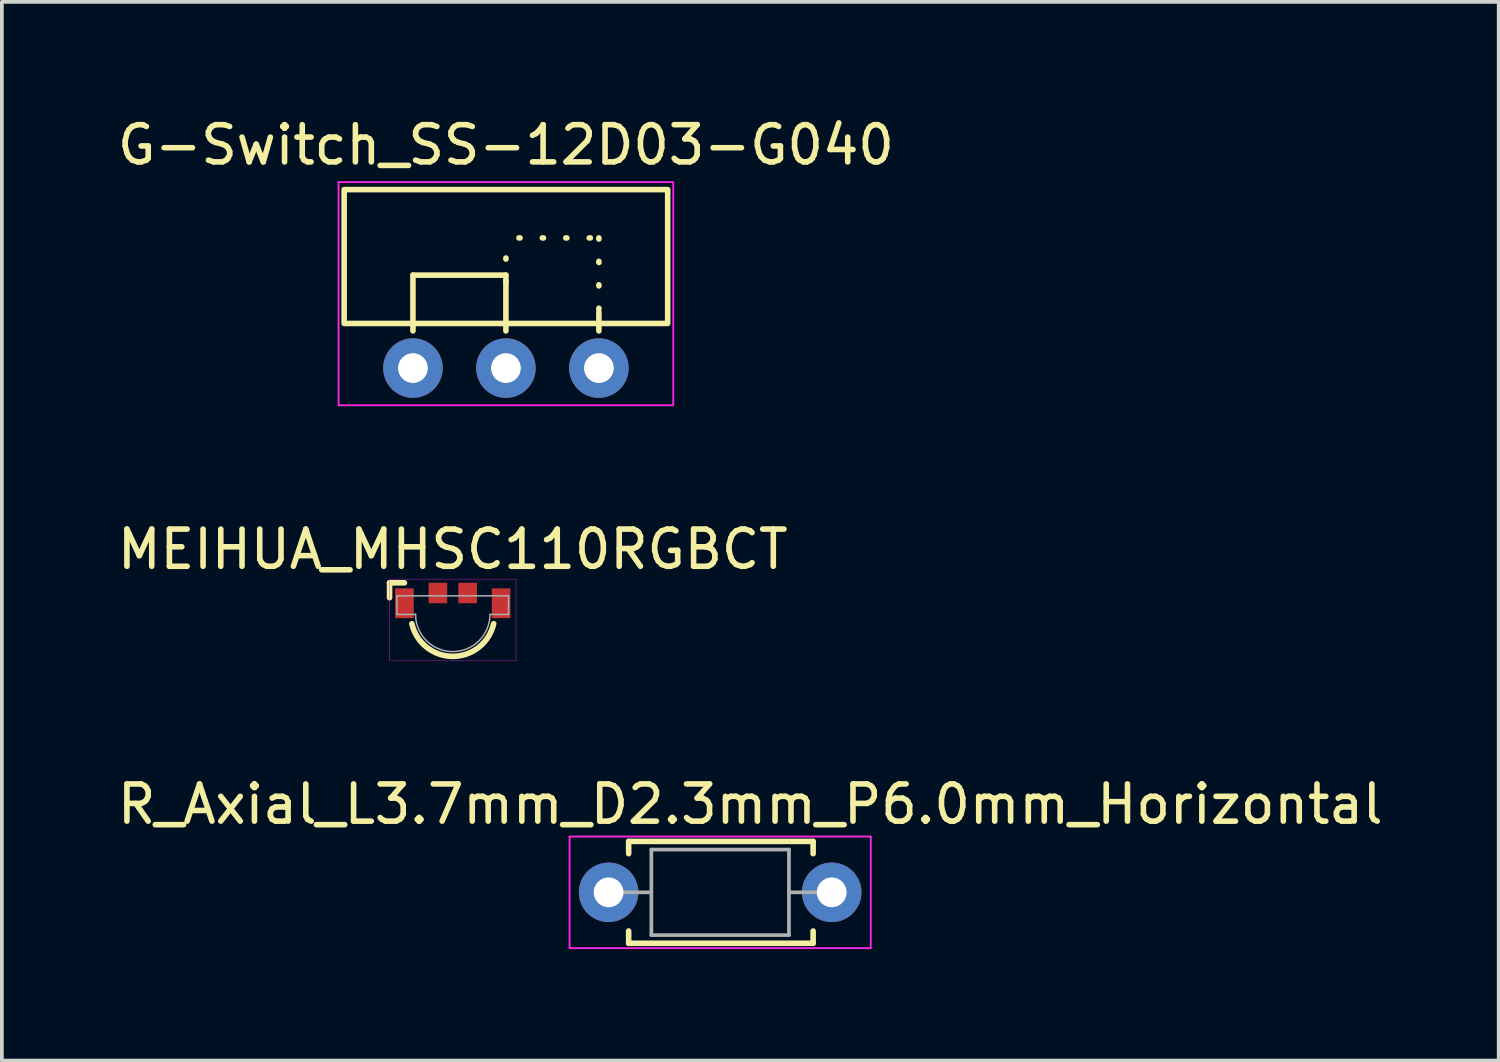
<source format=kicad_pcb>
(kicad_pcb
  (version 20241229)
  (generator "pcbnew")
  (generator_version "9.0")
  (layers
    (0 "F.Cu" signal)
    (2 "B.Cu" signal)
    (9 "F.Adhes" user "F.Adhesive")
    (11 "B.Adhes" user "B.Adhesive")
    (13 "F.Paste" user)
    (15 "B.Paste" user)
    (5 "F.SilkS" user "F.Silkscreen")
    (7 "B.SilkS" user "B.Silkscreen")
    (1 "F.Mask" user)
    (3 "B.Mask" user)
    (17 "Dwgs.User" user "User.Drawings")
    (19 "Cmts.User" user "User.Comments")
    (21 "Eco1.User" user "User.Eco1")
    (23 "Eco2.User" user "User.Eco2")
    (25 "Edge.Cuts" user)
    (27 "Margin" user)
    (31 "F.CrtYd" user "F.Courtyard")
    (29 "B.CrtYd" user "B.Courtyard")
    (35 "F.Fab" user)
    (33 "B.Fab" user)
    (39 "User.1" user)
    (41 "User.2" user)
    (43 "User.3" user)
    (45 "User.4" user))
  (footprint "G-Switch_SS-12D03-G040"
    (layer "F.Cu")
    (at 10.554 1.848)
    (property "Reference" "G-Switch_SS-12D03-G040" (at 0 -1 0) (unlocked yes) (layer "F.SilkS") (effects (font (size 1 1) (thickness 0.15))))
    (attr through_hole)
    (fp_line (start -2.5 2.5) (end 0 2.5) (stroke (width 0.15) (type default)) (layer "F.SilkS"))
    (fp_line (start -2.5 4) (end -2.5 2.5) (stroke (width 0.15) (type default)) (layer "F.SilkS"))
    (fp_line (start 0 2.5) (end 0 4) (stroke (width 0.15) (type default)) (layer "F.SilkS"))
    (fp_line (start 0 2.7) (end 0 1.5) (stroke (width 0.15) (type dot)) (layer "F.SilkS"))
    (fp_line (start 0.35 1.5) (end 2.45 1.5) (stroke (width 0.15) (type dot)) (layer "F.SilkS"))
    (fp_line (start 2.5 1.5) (end 2.5 3.5) (stroke (width 0.15) (type dot)) (layer "F.SilkS"))
    (fp_line (start 2.5 3.5) (end 2.5 4) (stroke (width 0.15) (type default)) (layer "F.SilkS"))
    (fp_rect (start -4.35 0.2) (end 4.35 3.8) (stroke (width 0.15) (type default)) (fill no) (layer "F.SilkS"))
    (fp_rect (start -4.5 0) (end 4.5 6) (stroke (width 0.05) (type default)) (fill no) (layer "F.CrtYd"))
    (pad "1" thru_hole circle (at 0 5) (size 1.6 1.6) (drill 0.8) (layers "*.Cu" "*.Mask"))
    (pad "2" thru_hole circle (at -2.5 5) (size 1.6 1.6) (drill 0.8) (layers "*.Cu" "*.Mask"))
    (pad "3" thru_hole circle (at 2.5 5) (size 1.6 1.6) (drill 0.8) (layers "*.Cu" "*.Mask")))
  (footprint "R_Axial_L3.7mm_D2.3mm_P6.0mm_Horizontal"
    (layer "F.Cu")
    (at 13.315 20.945)
    (property "Reference" "R_Axial_L3.7mm_D2.3mm_P6.0mm_Horizontal" (at 3.81 -2.37 0) (layer "F.SilkS") (effects (font (size 1 1) (thickness 0.15))))
    (attr through_hole)
    (fp_line (start 0.54 -1.37) (end 5.5 -1.37) (stroke (width 0.15) (type solid)) (layer "F.SilkS"))
    (fp_line (start 0.54 -1.04) (end 0.54 -1.37) (stroke (width 0.15) (type solid)) (layer "F.SilkS"))
    (fp_line (start 0.54 1.04) (end 0.54 1.37) (stroke (width 0.15) (type solid)) (layer "F.SilkS"))
    (fp_line (start 0.54 1.37) (end 5.5 1.37) (stroke (width 0.15) (type solid)) (layer "F.SilkS"))
    (fp_line (start 5.5 -1.37) (end 5.5 -1.04) (stroke (width 0.15) (type solid)) (layer "F.SilkS"))
    (fp_line (start 5.5 1.37) (end 5.5 1.04) (stroke (width 0.15) (type solid)) (layer "F.SilkS"))
    (fp_line (start -1.05 -1.5) (end -1.05 1.5) (stroke (width 0.05) (type solid)) (layer "F.CrtYd"))
    (fp_line (start -1.05 1.5) (end 7.05 1.5) (stroke (width 0.05) (type solid)) (layer "F.CrtYd"))
    (fp_line (start 7.05 -1.5) (end -1.05 -1.5) (stroke (width 0.05) (type solid)) (layer "F.CrtYd"))
    (fp_line (start 7.05 1.5) (end 7.05 -1.5) (stroke (width 0.05) (type solid)) (layer "F.CrtYd"))
    (fp_line (start 1.15 -1.15) (end 1.15 1.15) (stroke (width 0.1) (type solid)) (layer "F.Fab"))
    (fp_line (start 1.15 0) (end 0.1 0) (stroke (width 0.1) (type solid)) (layer "F.Fab"))
    (fp_line (start 1.15 1.15) (end 4.85 1.15) (stroke (width 0.1) (type solid)) (layer "F.Fab"))
    (fp_line (start 4.85 -1.15) (end 1.15 -1.15) (stroke (width 0.1) (type solid)) (layer "F.Fab"))
    (fp_line (start 4.85 1.15) (end 4.85 -1.15) (stroke (width 0.1) (type solid)) (layer "F.Fab"))
    (fp_line (start 5.9 0) (end 4.85 0) (stroke (width 0.1) (type solid)) (layer "F.Fab"))
    (pad "1" thru_hole circle (at 0 0) (size 1.6 1.6) (drill 0.8) (layers "*.Cu" "*.Mask"))
    (pad "2" thru_hole circle (at 6 0) (size 1.6 1.6) (drill 0.8) (layers "*.Cu" "*.Mask")))
  (footprint "MEIHUA_MHSC110RGBCT"
    (layer "F.Cu")
    (at 9.125 13.222)
    (property "Reference" "MEIHUA_MHSC110RGBCT" (at 0 -1.5 0) (unlocked yes) (layer "F.SilkS") (effects (font (size 1 1) (thickness 0.15))))
    (attr smd)
    (fp_line (start -1.7 -0.6) (end -1.7 -0.2) (stroke (width 0.15) (type solid)) (layer "F.SilkS"))
    (fp_line (start -1.3 -0.6) (end -1.7 -0.6) (stroke (width 0.15) (type default)) (layer "F.SilkS"))
    (fp_arc (start 1.1 0.5) (mid 0 1.37805) (end -1.1 0.5) (stroke (width 0.15) (type default)) (layer "F.SilkS"))
    (fp_rect (start -1.7 -0.7) (end 1.7 1.5) (stroke (width 0.01) (type default)) (fill no) (layer "F.CrtYd"))
    (fp_line (start -1.5 -0.25) (end -1.5 0.25) (stroke (width 0.04) (type default)) (layer "F.Fab"))
    (fp_line (start -1.5 -0.25) (end 1.5 -0.25) (stroke (width 0.04) (type default)) (layer "F.Fab"))
    (fp_line (start -1.5 0.25) (end -1 0.25) (stroke (width 0.04) (type default)) (layer "F.Fab"))
    (fp_line (start 1 0.25) (end 1.5 0.25) (stroke (width 0.04) (type default)) (layer "F.Fab"))
    (fp_line (start 1.5 -0.25) (end 1.5 0.25) (stroke (width 0.04) (type default)) (layer "F.Fab"))
    (fp_arc (start 1 0.25) (mid 0 1.25) (end -1 0.25) (stroke (width 0.04) (type default)) (layer "F.Fab"))
    (pad "1" smd rect (at -1.3 -0.05) (size 0.5 0.8) (layers "F.Cu" "F.Mask" "F.Paste"))
    (pad "2" smd rect (at -0.4 -0.325) (size 0.5 0.55) (layers "F.Cu" "F.Mask" "F.Paste"))
    (pad "3" smd rect (at 0.4 -0.325) (size 0.5 0.55) (layers "F.Cu" "F.Mask" "F.Paste"))
    (pad "4" smd rect (at 1.3 -0.05) (size 0.5 0.8) (layers "F.Cu" "F.Mask" "F.Paste")))
  (gr_rect
    (start -3 -3)
    (end 37.25 25.47)
    (stroke (width 0.1) (type default))
    (fill no)
    (layer "Edge.Cuts")))
</source>
